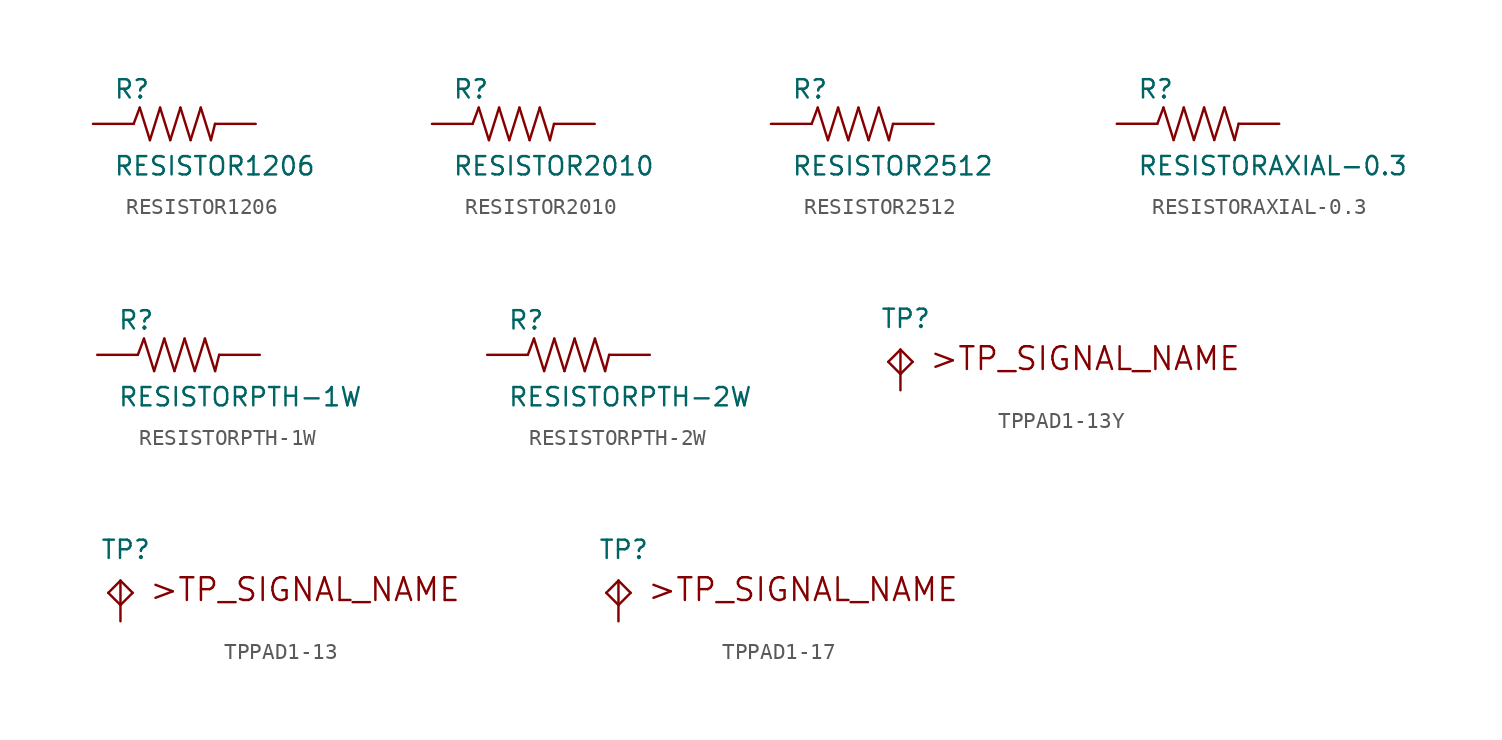
<source format=kicad_sym>
(kicad_symbol_lib
  (version 20211014)
  (generator kicad_symbol_editor)
  (symbol "RESISTOR1206"
    (pin_numbers hide)
    (pin_names
      (offset 1.016) hide)
    (property "Reference" "R"
      (at -3.81 1.499 0)
      (effects (font (size 1.143 1.143)) (justify left bottom)))
    (property "Value" "RESISTOR1206"
      (at -3.81 -3.302 0)
      (effects (font (size 1.143 1.143)) (justify left bottom)))
    (property "ki_locked" ""
      (at 0 0 0)
      (effects (font (size 1.27 1.27))))
    (symbol "RESISTOR1206_1_0"
      (polyline (pts (xy -2.54 0) (xy -2.159 1.016)) (stroke (width 0) (type default) (color 0 0 0 0)) (fill (type none)))
      (polyline (pts (xy -2.159 1.016) (xy -1.524 -1.016)) (stroke (width 0) (type default) (color 0 0 0 0)) (fill (type none)))
      (polyline (pts (xy -1.524 -1.016) (xy -0.889 1.016)) (stroke (width 0) (type default) (color 0 0 0 0)) (fill (type none)))
      (polyline (pts (xy -0.889 1.016) (xy -0.254 -1.016)) (stroke (width 0) (type default) (color 0 0 0 0)) (fill (type none)))
      (polyline (pts (xy -0.254 -1.016) (xy 0.381 1.016)) (stroke (width 0) (type default) (color 0 0 0 0)) (fill (type none)))
      (polyline (pts (xy 0.381 1.016) (xy 1.016 -1.016)) (stroke (width 0) (type default) (color 0 0 0 0)) (fill (type none)))
      (polyline (pts (xy 1.016 -1.016) (xy 1.651 1.016)) (stroke (width 0) (type default) (color 0 0 0 0)) (fill (type none)))
      (polyline (pts (xy 1.651 1.016) (xy 2.286 -1.016)) (stroke (width 0) (type default) (color 0 0 0 0)) (fill (type none)))
      (polyline (pts (xy 2.286 -1.016) (xy 2.54 0)) (stroke (width 0) (type default) (color 0 0 0 0)) (fill (type none))))
    (symbol "RESISTOR1206_1_1"
      (pin passive line (at -5.08 0 0) (length 2.54) (name "1" (effects (font (size 1.016 1.016)))) (number "1" (effects (font (size 1.016 1.016)))))
      (pin passive line (at 5.08 0 180) (length 2.54) (name "2" (effects (font (size 1.016 1.016)))) (number "2" (effects (font (size 1.016 1.016)))))))
  (symbol "RESISTOR2010"
    (pin_numbers hide)
    (pin_names
      (offset 1.016) hide)
    (property "Reference" "R"
      (at -3.81 1.499 0)
      (effects (font (size 1.143 1.143)) (justify left bottom)))
    (property "Value" "RESISTOR2010"
      (at -3.81 -3.302 0)
      (effects (font (size 1.143 1.143)) (justify left bottom)))
    (property "ki_locked" ""
      (at 0 0 0)
      (effects (font (size 1.27 1.27))))
    (symbol "RESISTOR2010_1_0"
      (polyline (pts (xy -2.54 0) (xy -2.159 1.016)) (stroke (width 0) (type default) (color 0 0 0 0)) (fill (type none)))
      (polyline (pts (xy -2.159 1.016) (xy -1.524 -1.016)) (stroke (width 0) (type default) (color 0 0 0 0)) (fill (type none)))
      (polyline (pts (xy -1.524 -1.016) (xy -0.889 1.016)) (stroke (width 0) (type default) (color 0 0 0 0)) (fill (type none)))
      (polyline (pts (xy -0.889 1.016) (xy -0.254 -1.016)) (stroke (width 0) (type default) (color 0 0 0 0)) (fill (type none)))
      (polyline (pts (xy -0.254 -1.016) (xy 0.381 1.016)) (stroke (width 0) (type default) (color 0 0 0 0)) (fill (type none)))
      (polyline (pts (xy 0.381 1.016) (xy 1.016 -1.016)) (stroke (width 0) (type default) (color 0 0 0 0)) (fill (type none)))
      (polyline (pts (xy 1.016 -1.016) (xy 1.651 1.016)) (stroke (width 0) (type default) (color 0 0 0 0)) (fill (type none)))
      (polyline (pts (xy 1.651 1.016) (xy 2.286 -1.016)) (stroke (width 0) (type default) (color 0 0 0 0)) (fill (type none)))
      (polyline (pts (xy 2.286 -1.016) (xy 2.54 0)) (stroke (width 0) (type default) (color 0 0 0 0)) (fill (type none))))
    (symbol "RESISTOR2010_1_1"
      (pin passive line (at -5.08 0 0) (length 2.54) (name "1" (effects (font (size 1.016 1.016)))) (number "1" (effects (font (size 1.016 1.016)))))
      (pin passive line (at 5.08 0 180) (length 2.54) (name "2" (effects (font (size 1.016 1.016)))) (number "2" (effects (font (size 1.016 1.016)))))))
  (symbol "RESISTOR2512"
    (pin_numbers hide)
    (pin_names
      (offset 1.016) hide)
    (property "Reference" "R"
      (at -3.81 1.499 0)
      (effects (font (size 1.143 1.143)) (justify left bottom)))
    (property "Value" "RESISTOR2512"
      (at -3.81 -3.302 0)
      (effects (font (size 1.143 1.143)) (justify left bottom)))
    (property "ki_locked" ""
      (at 0 0 0)
      (effects (font (size 1.27 1.27))))
    (symbol "RESISTOR2512_1_0"
      (polyline (pts (xy -2.54 0) (xy -2.159 1.016)) (stroke (width 0) (type default) (color 0 0 0 0)) (fill (type none)))
      (polyline (pts (xy -2.159 1.016) (xy -1.524 -1.016)) (stroke (width 0) (type default) (color 0 0 0 0)) (fill (type none)))
      (polyline (pts (xy -1.524 -1.016) (xy -0.889 1.016)) (stroke (width 0) (type default) (color 0 0 0 0)) (fill (type none)))
      (polyline (pts (xy -0.889 1.016) (xy -0.254 -1.016)) (stroke (width 0) (type default) (color 0 0 0 0)) (fill (type none)))
      (polyline (pts (xy -0.254 -1.016) (xy 0.381 1.016)) (stroke (width 0) (type default) (color 0 0 0 0)) (fill (type none)))
      (polyline (pts (xy 0.381 1.016) (xy 1.016 -1.016)) (stroke (width 0) (type default) (color 0 0 0 0)) (fill (type none)))
      (polyline (pts (xy 1.016 -1.016) (xy 1.651 1.016)) (stroke (width 0) (type default) (color 0 0 0 0)) (fill (type none)))
      (polyline (pts (xy 1.651 1.016) (xy 2.286 -1.016)) (stroke (width 0) (type default) (color 0 0 0 0)) (fill (type none)))
      (polyline (pts (xy 2.286 -1.016) (xy 2.54 0)) (stroke (width 0) (type default) (color 0 0 0 0)) (fill (type none))))
    (symbol "RESISTOR2512_1_1"
      (pin passive line (at -5.08 0 0) (length 2.54) (name "1" (effects (font (size 1.016 1.016)))) (number "1" (effects (font (size 1.016 1.016)))))
      (pin passive line (at 5.08 0 180) (length 2.54) (name "2" (effects (font (size 1.016 1.016)))) (number "2" (effects (font (size 1.016 1.016)))))))
  (symbol "RESISTORAXIAL-0.3"
    (pin_numbers hide)
    (pin_names
      (offset 1.016) hide)
    (property "Reference" "R"
      (at -3.81 1.499 0)
      (effects (font (size 1.143 1.143)) (justify left bottom)))
    (property "Value" "RESISTORAXIAL-0.3"
      (at -3.81 -3.302 0)
      (effects (font (size 1.143 1.143)) (justify left bottom)))
    (property "ki_locked" ""
      (at 0 0 0)
      (effects (font (size 1.27 1.27))))
    (symbol "RESISTORAXIAL-0.3_1_0"
      (polyline (pts (xy -2.54 0) (xy -2.159 1.016)) (stroke (width 0) (type default) (color 0 0 0 0)) (fill (type none)))
      (polyline (pts (xy -2.159 1.016) (xy -1.524 -1.016)) (stroke (width 0) (type default) (color 0 0 0 0)) (fill (type none)))
      (polyline (pts (xy -1.524 -1.016) (xy -0.889 1.016)) (stroke (width 0) (type default) (color 0 0 0 0)) (fill (type none)))
      (polyline (pts (xy -0.889 1.016) (xy -0.254 -1.016)) (stroke (width 0) (type default) (color 0 0 0 0)) (fill (type none)))
      (polyline (pts (xy -0.254 -1.016) (xy 0.381 1.016)) (stroke (width 0) (type default) (color 0 0 0 0)) (fill (type none)))
      (polyline (pts (xy 0.381 1.016) (xy 1.016 -1.016)) (stroke (width 0) (type default) (color 0 0 0 0)) (fill (type none)))
      (polyline (pts (xy 1.016 -1.016) (xy 1.651 1.016)) (stroke (width 0) (type default) (color 0 0 0 0)) (fill (type none)))
      (polyline (pts (xy 1.651 1.016) (xy 2.286 -1.016)) (stroke (width 0) (type default) (color 0 0 0 0)) (fill (type none)))
      (polyline (pts (xy 2.286 -1.016) (xy 2.54 0)) (stroke (width 0) (type default) (color 0 0 0 0)) (fill (type none))))
    (symbol "RESISTORAXIAL-0.3_1_1"
      (pin passive line (at -5.08 0 0) (length 2.54) (name "1" (effects (font (size 1.016 1.016)))) (number "P$1" (effects (font (size 1.016 1.016)))))
      (pin passive line (at 5.08 0 180) (length 2.54) (name "2" (effects (font (size 1.016 1.016)))) (number "P$2" (effects (font (size 1.016 1.016)))))))
  (symbol "RESISTORPTH-1W"
    (pin_numbers hide)
    (pin_names
      (offset 1.016) hide)
    (property "Reference" "R"
      (at -3.81 1.499 0)
      (effects (font (size 1.143 1.143)) (justify left bottom)))
    (property "Value" "RESISTORPTH-1W"
      (at -3.81 -3.302 0)
      (effects (font (size 1.143 1.143)) (justify left bottom)))
    (property "ki_locked" ""
      (at 0 0 0)
      (effects (font (size 1.27 1.27))))
    (symbol "RESISTORPTH-1W_1_0"
      (polyline (pts (xy -2.54 0) (xy -2.159 1.016)) (stroke (width 0) (type default) (color 0 0 0 0)) (fill (type none)))
      (polyline (pts (xy -2.159 1.016) (xy -1.524 -1.016)) (stroke (width 0) (type default) (color 0 0 0 0)) (fill (type none)))
      (polyline (pts (xy -1.524 -1.016) (xy -0.889 1.016)) (stroke (width 0) (type default) (color 0 0 0 0)) (fill (type none)))
      (polyline (pts (xy -0.889 1.016) (xy -0.254 -1.016)) (stroke (width 0) (type default) (color 0 0 0 0)) (fill (type none)))
      (polyline (pts (xy -0.254 -1.016) (xy 0.381 1.016)) (stroke (width 0) (type default) (color 0 0 0 0)) (fill (type none)))
      (polyline (pts (xy 0.381 1.016) (xy 1.016 -1.016)) (stroke (width 0) (type default) (color 0 0 0 0)) (fill (type none)))
      (polyline (pts (xy 1.016 -1.016) (xy 1.651 1.016)) (stroke (width 0) (type default) (color 0 0 0 0)) (fill (type none)))
      (polyline (pts (xy 1.651 1.016) (xy 2.286 -1.016)) (stroke (width 0) (type default) (color 0 0 0 0)) (fill (type none)))
      (polyline (pts (xy 2.286 -1.016) (xy 2.54 0)) (stroke (width 0) (type default) (color 0 0 0 0)) (fill (type none))))
    (symbol "RESISTORPTH-1W_1_1"
      (pin passive line (at -5.08 0 0) (length 2.54) (name "1" (effects (font (size 1.016 1.016)))) (number "P$1" (effects (font (size 1.016 1.016)))))
      (pin passive line (at 5.08 0 180) (length 2.54) (name "2" (effects (font (size 1.016 1.016)))) (number "P$2" (effects (font (size 1.016 1.016)))))))
  (symbol "RESISTORPTH-2W"
    (pin_numbers hide)
    (pin_names
      (offset 1.016) hide)
    (property "Reference" "R"
      (at -3.81 1.499 0)
      (effects (font (size 1.143 1.143)) (justify left bottom)))
    (property "Value" "RESISTORPTH-2W"
      (at -3.81 -3.302 0)
      (effects (font (size 1.143 1.143)) (justify left bottom)))
    (property "ki_locked" ""
      (at 0 0 0)
      (effects (font (size 1.27 1.27))))
    (symbol "RESISTORPTH-2W_1_0"
      (polyline (pts (xy -2.54 0) (xy -2.159 1.016)) (stroke (width 0) (type default) (color 0 0 0 0)) (fill (type none)))
      (polyline (pts (xy -2.159 1.016) (xy -1.524 -1.016)) (stroke (width 0) (type default) (color 0 0 0 0)) (fill (type none)))
      (polyline (pts (xy -1.524 -1.016) (xy -0.889 1.016)) (stroke (width 0) (type default) (color 0 0 0 0)) (fill (type none)))
      (polyline (pts (xy -0.889 1.016) (xy -0.254 -1.016)) (stroke (width 0) (type default) (color 0 0 0 0)) (fill (type none)))
      (polyline (pts (xy -0.254 -1.016) (xy 0.381 1.016)) (stroke (width 0) (type default) (color 0 0 0 0)) (fill (type none)))
      (polyline (pts (xy 0.381 1.016) (xy 1.016 -1.016)) (stroke (width 0) (type default) (color 0 0 0 0)) (fill (type none)))
      (polyline (pts (xy 1.016 -1.016) (xy 1.651 1.016)) (stroke (width 0) (type default) (color 0 0 0 0)) (fill (type none)))
      (polyline (pts (xy 1.651 1.016) (xy 2.286 -1.016)) (stroke (width 0) (type default) (color 0 0 0 0)) (fill (type none)))
      (polyline (pts (xy 2.286 -1.016) (xy 2.54 0)) (stroke (width 0) (type default) (color 0 0 0 0)) (fill (type none))))
    (symbol "RESISTORPTH-2W_1_1"
      (pin passive line (at -5.08 0 0) (length 2.54) (name "1" (effects (font (size 1.016 1.016)))) (number "P$1" (effects (font (size 1.016 1.016)))))
      (pin passive line (at 5.08 0 180) (length 2.54) (name "2" (effects (font (size 1.016 1.016)))) (number "P$2" (effects (font (size 1.016 1.016)))))))
  (symbol "TPPAD1-13Y"
    (pin_numbers hide)
    (pin_names
      (offset 1.016) hide)
    (property "Reference" "TP"
      (at -1.27 1.27 0)
      (effects (font (size 1.143 1.143)) (justify left bottom)))
    (property "ki_locked" ""
      (at 0 0 0)
      (effects (font (size 1.27 1.27))))
    (symbol "TPPAD1-13Y_1_0"
      (polyline (pts (xy -0.762 -0.762) (xy 0 0)) (stroke (width 0) (type default) (color 0 0 0 0)) (fill (type none)))
      (polyline (pts (xy 0 -1.524) (xy -0.762 -0.762)) (stroke (width 0) (type default) (color 0 0 0 0)) (fill (type none)))
      (polyline (pts (xy 0 0) (xy 0.762 -0.762)) (stroke (width 0) (type default) (color 0 0 0 0)) (fill (type none)))
      (polyline (pts (xy 0.762 -0.762) (xy 0 -1.524)) (stroke (width 0) (type default) (color 0 0 0 0)) (fill (type none)))
      (text ">TP_SIGNAL_NAME" (at 11.532 -0.559 0) (effects (font (size 1.422 1.422)))))
    (symbol "TPPAD1-13Y_1_1"
      (pin input line (at 0 -2.54 90) (length 2.54) (name "TP" (effects (font (size 1.016 1.016)))) (number "TP" (effects (font (size 1.016 1.016)))))))
  (symbol "TPPAD1-13"
    (pin_numbers hide)
    (pin_names
      (offset 1.016) hide)
    (property "Reference" "TP"
      (at -1.27 1.27 0)
      (effects (font (size 1.143 1.143)) (justify left bottom)))
    (property "ki_locked" ""
      (at 0 0 0)
      (effects (font (size 1.27 1.27))))
    (symbol "TPPAD1-13_1_0"
      (polyline (pts (xy -0.762 -0.762) (xy 0 0)) (stroke (width 0) (type default) (color 0 0 0 0)) (fill (type none)))
      (polyline (pts (xy 0 -1.524) (xy -0.762 -0.762)) (stroke (width 0) (type default) (color 0 0 0 0)) (fill (type none)))
      (polyline (pts (xy 0 0) (xy 0.762 -0.762)) (stroke (width 0) (type default) (color 0 0 0 0)) (fill (type none)))
      (polyline (pts (xy 0.762 -0.762) (xy 0 -1.524)) (stroke (width 0) (type default) (color 0 0 0 0)) (fill (type none)))
      (text ">TP_SIGNAL_NAME" (at 11.532 -0.559 0) (effects (font (size 1.422 1.422)))))
    (symbol "TPPAD1-13_1_1"
      (pin input line (at 0 -2.54 90) (length 2.54) (name "TP" (effects (font (size 1.016 1.016)))) (number "TP" (effects (font (size 1.016 1.016)))))))
  (symbol "TPPAD1-17"
    (pin_numbers hide)
    (pin_names
      (offset 1.016) hide)
    (property "Reference" "TP"
      (at -1.27 1.27 0)
      (effects (font (size 1.143 1.143)) (justify left bottom)))
    (property "ki_locked" ""
      (at 0 0 0)
      (effects (font (size 1.27 1.27))))
    (symbol "TPPAD1-17_1_0"
      (polyline (pts (xy -0.762 -0.762) (xy 0 0)) (stroke (width 0) (type default) (color 0 0 0 0)) (fill (type none)))
      (polyline (pts (xy 0 -1.524) (xy -0.762 -0.762)) (stroke (width 0) (type default) (color 0 0 0 0)) (fill (type none)))
      (polyline (pts (xy 0 0) (xy 0.762 -0.762)) (stroke (width 0) (type default) (color 0 0 0 0)) (fill (type none)))
      (polyline (pts (xy 0.762 -0.762) (xy 0 -1.524)) (stroke (width 0) (type default) (color 0 0 0 0)) (fill (type none)))
      (text ">TP_SIGNAL_NAME" (at 11.532 -0.559 0) (effects (font (size 1.422 1.422)))))
    (symbol "TPPAD1-17_1_1"
      (pin input line (at 0 -2.54 90) (length 2.54) (name "TP" (effects (font (size 1.016 1.016)))) (number "TP" (effects (font (size 1.016 1.016))))))))
</source>
